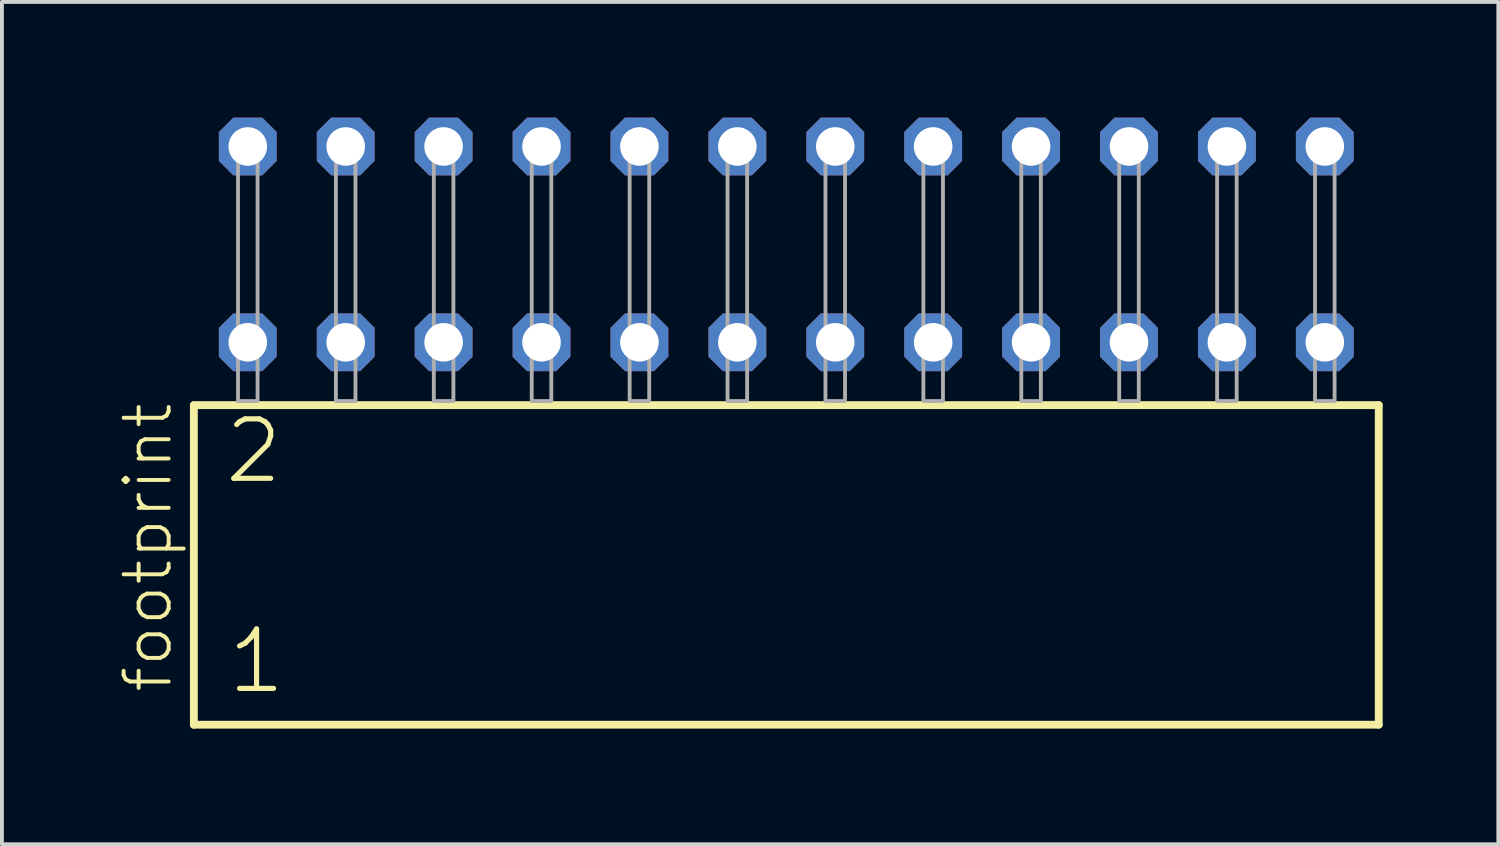
<source format=kicad_pcb>
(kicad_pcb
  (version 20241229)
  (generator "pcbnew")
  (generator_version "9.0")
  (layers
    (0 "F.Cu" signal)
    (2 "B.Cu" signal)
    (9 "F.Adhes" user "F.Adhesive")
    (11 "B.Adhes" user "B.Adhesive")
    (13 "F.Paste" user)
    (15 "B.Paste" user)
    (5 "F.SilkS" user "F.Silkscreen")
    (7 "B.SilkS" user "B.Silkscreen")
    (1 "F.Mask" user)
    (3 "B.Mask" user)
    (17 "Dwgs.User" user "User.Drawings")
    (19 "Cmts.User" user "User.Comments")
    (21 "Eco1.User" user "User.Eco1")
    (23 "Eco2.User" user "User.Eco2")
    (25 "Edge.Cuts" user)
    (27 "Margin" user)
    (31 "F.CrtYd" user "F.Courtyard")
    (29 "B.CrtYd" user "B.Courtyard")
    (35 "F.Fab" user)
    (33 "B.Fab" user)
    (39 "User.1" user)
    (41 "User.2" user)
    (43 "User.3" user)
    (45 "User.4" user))
  (footprint "footprint"
    (layer "F.Cu")
    (at 17.348 7.354)
    (property "Reference" "footprint" (at -15.875 7.62 90) (layer "F.SilkS") (effects (font (size 1.168 1.168) (thickness 0.102)) (justify left bottom)))
    (fp_line (start -15.369 0.106) (end -15.369 8.396) (stroke (width 0.203) (type solid)) (layer "F.SilkS"))
    (fp_line (start -15.369 8.396) (end 15.369 8.396) (stroke (width 0.203) (type solid)) (layer "F.SilkS"))
    (fp_line (start 15.369 0.106) (end -15.369 0.106) (stroke (width 0.203) (type solid)) (layer "F.SilkS"))
    (fp_line (start 15.369 8.396) (end 15.369 0.106) (stroke (width 0.203) (type solid)) (layer "F.SilkS"))
    (fp_poly (pts (xy -14.224 0) (xy -13.716 0) (xy -13.716 -6.858) (xy -14.224 -6.858)) (stroke (width 0.1) (type solid)) (fill no) (layer "F.Fab"))
    (fp_poly (pts (xy -11.684 0) (xy -11.176 0) (xy -11.176 -6.858) (xy -11.684 -6.858)) (stroke (width 0.1) (type solid)) (fill no) (layer "F.Fab"))
    (fp_poly (pts (xy -9.144 0) (xy -8.636 0) (xy -8.636 -6.858) (xy -9.144 -6.858)) (stroke (width 0.1) (type solid)) (fill no) (layer "F.Fab"))
    (fp_poly (pts (xy -6.604 0) (xy -6.096 0) (xy -6.096 -6.858) (xy -6.604 -6.858)) (stroke (width 0.1) (type solid)) (fill no) (layer "F.Fab"))
    (fp_poly (pts (xy -4.064 0) (xy -3.556 0) (xy -3.556 -6.858) (xy -4.064 -6.858)) (stroke (width 0.1) (type solid)) (fill no) (layer "F.Fab"))
    (fp_poly (pts (xy -1.524 0) (xy -1.016 0) (xy -1.016 -6.858) (xy -1.524 -6.858)) (stroke (width 0.1) (type solid)) (fill no) (layer "F.Fab"))
    (fp_poly (pts (xy 1.016 0) (xy 1.524 0) (xy 1.524 -6.858) (xy 1.016 -6.858)) (stroke (width 0.1) (type solid)) (fill no) (layer "F.Fab"))
    (fp_poly (pts (xy 3.556 0) (xy 4.064 0) (xy 4.064 -6.858) (xy 3.556 -6.858)) (stroke (width 0.1) (type solid)) (fill no) (layer "F.Fab"))
    (fp_poly (pts (xy 6.096 0) (xy 6.604 0) (xy 6.604 -6.858) (xy 6.096 -6.858)) (stroke (width 0.1) (type solid)) (fill no) (layer "F.Fab"))
    (fp_poly (pts (xy 8.636 0) (xy 9.144 0) (xy 9.144 -6.858) (xy 8.636 -6.858)) (stroke (width 0.1) (type solid)) (fill no) (layer "F.Fab"))
    (fp_poly (pts (xy 11.176 0) (xy 11.684 0) (xy 11.684 -6.858) (xy 11.176 -6.858)) (stroke (width 0.1) (type solid)) (fill no) (layer "F.Fab"))
    (fp_poly (pts (xy 13.716 0) (xy 14.224 0) (xy 14.224 -6.858) (xy 13.716 -6.858)) (stroke (width 0.1) (type solid)) (fill no) (layer "F.Fab"))
    (fp_text user "1" (at -14.565 7.65 0) (layer "F.SilkS") (effects (font (size 1.542 1.542) (thickness 0.134)) (justify left bottom)))
    (fp_text user "2" (at -14.64 2.2 0) (layer "F.SilkS") (effects (font (size 1.542 1.542) (thickness 0.134)) (justify left bottom)))
    (pad "1" thru_hole roundrect (at -13.97 -1.524) (size 1.5 1.5) (drill 1) (layers "*.Cu" "*.Mask") (roundrect_rratio 0.25) (chamfer_ratio 0.25) (chamfer top_left top_right bottom_left bottom_right))
    (pad "2" thru_hole roundrect (at -13.97 -6.604) (size 1.5 1.5) (drill 1) (layers "*.Cu" "*.Mask") (roundrect_rratio 0.25) (chamfer_ratio 0.25) (chamfer top_left top_right bottom_left bottom_right))
    (pad "3" thru_hole roundrect (at -11.43 -1.524) (size 1.5 1.5) (drill 1) (layers "*.Cu" "*.Mask") (roundrect_rratio 0.25) (chamfer_ratio 0.25) (chamfer top_left top_right bottom_left bottom_right))
    (pad "4" thru_hole roundrect (at -11.43 -6.604) (size 1.5 1.5) (drill 1) (layers "*.Cu" "*.Mask") (roundrect_rratio 0.25) (chamfer_ratio 0.25) (chamfer top_left top_right bottom_left bottom_right))
    (pad "5" thru_hole roundrect (at -8.89 -1.524) (size 1.5 1.5) (drill 1) (layers "*.Cu" "*.Mask") (roundrect_rratio 0.25) (chamfer_ratio 0.25) (chamfer top_left top_right bottom_left bottom_right))
    (pad "6" thru_hole roundrect (at -8.89 -6.604) (size 1.5 1.5) (drill 1) (layers "*.Cu" "*.Mask") (roundrect_rratio 0.25) (chamfer_ratio 0.25) (chamfer top_left top_right bottom_left bottom_right))
    (pad "7" thru_hole roundrect (at -6.35 -1.524) (size 1.5 1.5) (drill 1) (layers "*.Cu" "*.Mask") (roundrect_rratio 0.25) (chamfer_ratio 0.25) (chamfer top_left top_right bottom_left bottom_right))
    (pad "8" thru_hole roundrect (at -6.35 -6.604) (size 1.5 1.5) (drill 1) (layers "*.Cu" "*.Mask") (roundrect_rratio 0.25) (chamfer_ratio 0.25) (chamfer top_left top_right bottom_left bottom_right))
    (pad "9" thru_hole roundrect (at -3.81 -1.524) (size 1.5 1.5) (drill 1) (layers "*.Cu" "*.Mask") (roundrect_rratio 0.25) (chamfer_ratio 0.25) (chamfer top_left top_right bottom_left bottom_right))
    (pad "10" thru_hole roundrect (at -3.81 -6.604) (size 1.5 1.5) (drill 1) (layers "*.Cu" "*.Mask") (roundrect_rratio 0.25) (chamfer_ratio 0.25) (chamfer top_left top_right bottom_left bottom_right))
    (pad "11" thru_hole roundrect (at -1.27 -1.524) (size 1.5 1.5) (drill 1) (layers "*.Cu" "*.Mask") (roundrect_rratio 0.25) (chamfer_ratio 0.25) (chamfer top_left top_right bottom_left bottom_right))
    (pad "12" thru_hole roundrect (at -1.27 -6.604) (size 1.5 1.5) (drill 1) (layers "*.Cu" "*.Mask") (roundrect_rratio 0.25) (chamfer_ratio 0.25) (chamfer top_left top_right bottom_left bottom_right))
    (pad "13" thru_hole roundrect (at 1.27 -1.524) (size 1.5 1.5) (drill 1) (layers "*.Cu" "*.Mask") (roundrect_rratio 0.25) (chamfer_ratio 0.25) (chamfer top_left top_right bottom_left bottom_right))
    (pad "14" thru_hole roundrect (at 1.27 -6.604) (size 1.5 1.5) (drill 1) (layers "*.Cu" "*.Mask") (roundrect_rratio 0.25) (chamfer_ratio 0.25) (chamfer top_left top_right bottom_left bottom_right))
    (pad "15" thru_hole roundrect (at 3.81 -1.524) (size 1.5 1.5) (drill 1) (layers "*.Cu" "*.Mask") (roundrect_rratio 0.25) (chamfer_ratio 0.25) (chamfer top_left top_right bottom_left bottom_right))
    (pad "16" thru_hole roundrect (at 3.81 -6.604) (size 1.5 1.5) (drill 1) (layers "*.Cu" "*.Mask") (roundrect_rratio 0.25) (chamfer_ratio 0.25) (chamfer top_left top_right bottom_left bottom_right))
    (pad "17" thru_hole roundrect (at 6.35 -1.524) (size 1.5 1.5) (drill 1) (layers "*.Cu" "*.Mask") (roundrect_rratio 0.25) (chamfer_ratio 0.25) (chamfer top_left top_right bottom_left bottom_right))
    (pad "18" thru_hole roundrect (at 6.35 -6.604) (size 1.5 1.5) (drill 1) (layers "*.Cu" "*.Mask") (roundrect_rratio 0.25) (chamfer_ratio 0.25) (chamfer top_left top_right bottom_left bottom_right))
    (pad "19" thru_hole roundrect (at 8.89 -1.524) (size 1.5 1.5) (drill 1) (layers "*.Cu" "*.Mask") (roundrect_rratio 0.25) (chamfer_ratio 0.25) (chamfer top_left top_right bottom_left bottom_right))
    (pad "20" thru_hole roundrect (at 8.89 -6.604) (size 1.5 1.5) (drill 1) (layers "*.Cu" "*.Mask") (roundrect_rratio 0.25) (chamfer_ratio 0.25) (chamfer top_left top_right bottom_left bottom_right))
    (pad "21" thru_hole roundrect (at 11.43 -1.524) (size 1.5 1.5) (drill 1) (layers "*.Cu" "*.Mask") (roundrect_rratio 0.25) (chamfer_ratio 0.25) (chamfer top_left top_right bottom_left bottom_right))
    (pad "22" thru_hole roundrect (at 11.43 -6.604) (size 1.5 1.5) (drill 1) (layers "*.Cu" "*.Mask") (roundrect_rratio 0.25) (chamfer_ratio 0.25) (chamfer top_left top_right bottom_left bottom_right))
    (pad "23" thru_hole roundrect (at 13.97 -1.524) (size 1.5 1.5) (drill 1) (layers "*.Cu" "*.Mask") (roundrect_rratio 0.25) (chamfer_ratio 0.25) (chamfer top_left top_right bottom_left bottom_right))
    (pad "24" thru_hole roundrect (at 13.97 -6.604) (size 1.5 1.5) (drill 1) (layers "*.Cu" "*.Mask") (roundrect_rratio 0.25) (chamfer_ratio 0.25) (chamfer top_left top_right bottom_left bottom_right)))
  (gr_rect
    (start -3 -3)
    (end 35.819 18.852)
    (stroke (width 0.1) (type default))
    (fill no)
    (layer "Edge.Cuts")))
</source>
